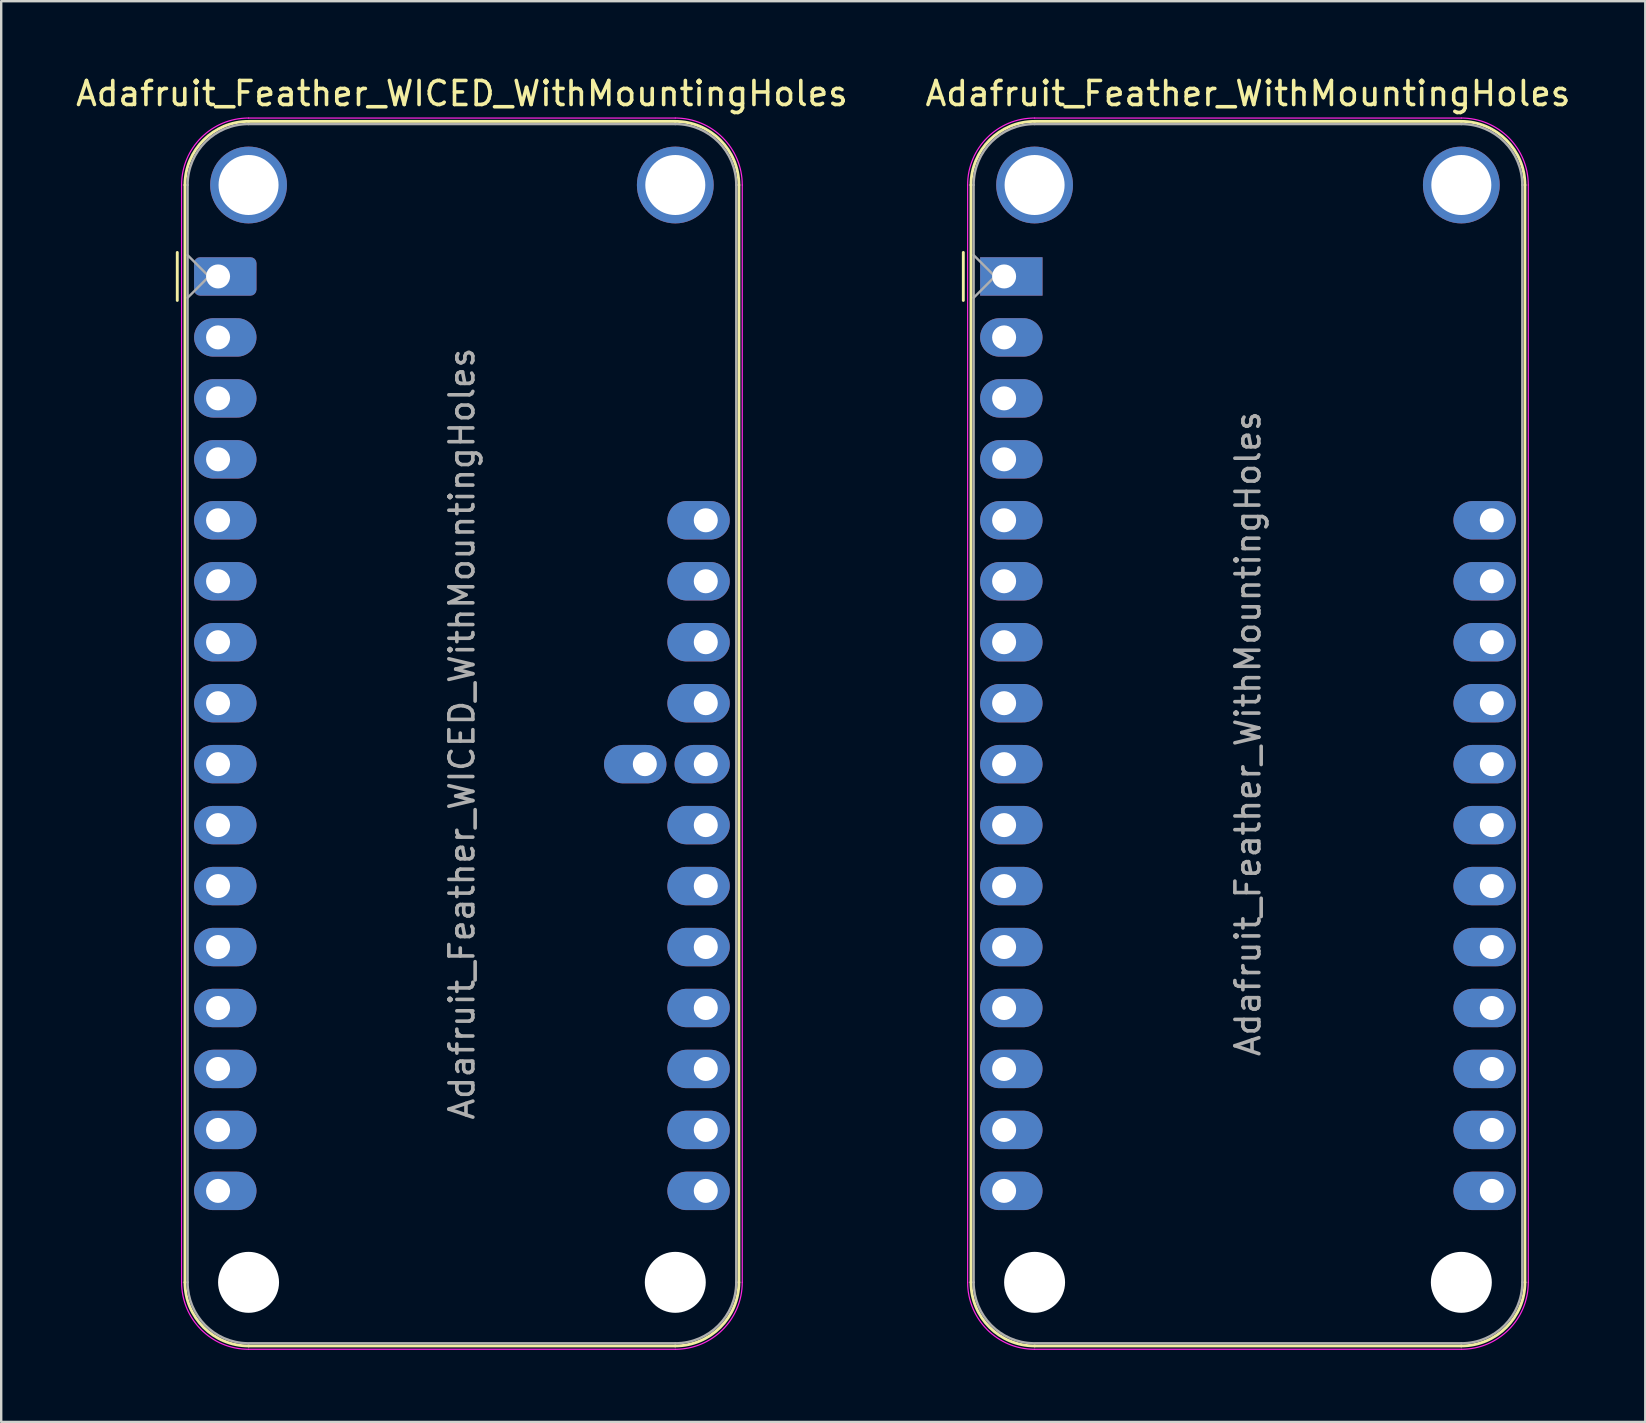
<source format=kicad_pcb>
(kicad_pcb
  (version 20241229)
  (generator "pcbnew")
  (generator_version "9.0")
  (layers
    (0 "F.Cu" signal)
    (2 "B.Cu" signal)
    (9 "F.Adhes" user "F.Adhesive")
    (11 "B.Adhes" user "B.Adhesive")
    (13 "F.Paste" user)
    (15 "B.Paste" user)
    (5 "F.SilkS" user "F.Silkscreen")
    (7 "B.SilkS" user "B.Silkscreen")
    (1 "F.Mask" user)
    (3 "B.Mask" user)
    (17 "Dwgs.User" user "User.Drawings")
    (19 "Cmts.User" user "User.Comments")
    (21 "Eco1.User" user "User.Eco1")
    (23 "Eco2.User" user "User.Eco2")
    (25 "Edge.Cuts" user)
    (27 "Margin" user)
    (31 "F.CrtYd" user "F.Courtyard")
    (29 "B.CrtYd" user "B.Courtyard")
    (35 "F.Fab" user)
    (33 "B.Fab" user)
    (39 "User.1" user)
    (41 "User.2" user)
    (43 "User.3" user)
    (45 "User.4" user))
  (footprint "Adafruit_Feather_WICED_WithMountingHoles"
    (layer "F.Cu")
    (at 6.036 8.468)
    (property "Reference" "Adafruit_Feather_WICED_WithMountingHoles" (at 10.16 -7.62 0) (layer "F.SilkS") (effects (font (size 1 1) (thickness 0.15))))
    (attr through_hole)
    (fp_line (start -1.7 1) (end -1.7 -1) (stroke (width 0.12) (type solid)) (layer "F.SilkS"))
    (fp_line (start -1.38 -3.81) (end -1.38 41.91) (stroke (width 0.12) (type solid)) (layer "F.SilkS"))
    (fp_line (start 19.05 -6.46) (end 1.27 -6.46) (stroke (width 0.12) (type solid)) (layer "F.SilkS"))
    (fp_line (start 19.05 44.56) (end 1.27 44.56) (stroke (width 0.12) (type solid)) (layer "F.SilkS"))
    (fp_line (start 21.7 -3.81) (end 21.7 41.91) (stroke (width 0.12) (type solid)) (layer "F.SilkS"))
    (fp_arc (start -1.38 -3.81) (mid -0.603833 -5.683833) (end 1.27 -6.46) (stroke (width 0.12) (type solid)) (layer "F.SilkS"))
    (fp_arc (start 1.27 44.56) (mid -0.603833 43.783833) (end -1.38 41.91) (stroke (width 0.12) (type solid)) (layer "F.SilkS"))
    (fp_arc (start 19.05 -6.46) (mid 20.923833 -5.683833) (end 21.7 -3.81) (stroke (width 0.12) (type solid)) (layer "F.SilkS"))
    (fp_arc (start 21.7 41.91) (mid 20.923833 43.783833) (end 19.05 44.56) (stroke (width 0.12) (type solid)) (layer "F.SilkS"))
    (fp_line (start -1.52 41.91) (end -1.52 -3.81) (stroke (width 0.05) (type solid)) (layer "F.CrtYd"))
    (fp_line (start 19.05 -6.6) (end 1.27 -6.6) (stroke (width 0.05) (type solid)) (layer "F.CrtYd"))
    (fp_line (start 19.05 44.7) (end 1.27 44.7) (stroke (width 0.05) (type solid)) (layer "F.CrtYd"))
    (fp_line (start 21.84 41.91) (end 21.84 -3.81) (stroke (width 0.05) (type solid)) (layer "F.CrtYd"))
    (fp_arc (start -1.52 -3.81) (mid -0.702828 -5.782828) (end 1.27 -6.6) (stroke (width 0.05) (type solid)) (layer "F.CrtYd"))
    (fp_arc (start 1.27 44.7) (mid -0.702828 43.882828) (end -1.52 41.91) (stroke (width 0.05) (type solid)) (layer "F.CrtYd"))
    (fp_arc (start 19.05 -6.6) (mid 21.022828 -5.782828) (end 21.84 -3.81) (stroke (width 0.05) (type solid)) (layer "F.CrtYd"))
    (fp_arc (start 21.84 41.91) (mid 21.022828 43.882828) (end 19.05 44.7) (stroke (width 0.05) (type solid)) (layer "F.CrtYd"))
    (fp_line (start -1.27 -3.81) (end -1.27 41.91) (stroke (width 0.1) (type solid)) (layer "F.Fab"))
    (fp_line (start -1.27 -0.889) (end -0.381 0) (stroke (width 0.1) (type solid)) (layer "F.Fab"))
    (fp_line (start -0.381 0) (end -1.27 0.889) (stroke (width 0.1) (type solid)) (layer "F.Fab"))
    (fp_line (start 1.27 44.45) (end 19.05 44.45) (stroke (width 0.1) (type solid)) (layer "F.Fab"))
    (fp_line (start 19.05 -6.35) (end 1.27 -6.35) (stroke (width 0.1) (type solid)) (layer "F.Fab"))
    (fp_line (start 21.59 41.91) (end 21.59 -3.81) (stroke (width 0.1) (type solid)) (layer "F.Fab"))
    (fp_arc (start -1.27 -3.81) (mid -0.526051 -5.606051) (end 1.27 -6.35) (stroke (width 0.1) (type solid)) (layer "F.Fab"))
    (fp_arc (start 1.221238 44.449532) (mid -0.543209 43.688728) (end -1.27 41.91) (stroke (width 0.1) (type solid)) (layer "F.Fab"))
    (fp_arc (start 19.05 -6.35) (mid 20.846051 -5.606051) (end 21.59 -3.81) (stroke (width 0.1) (type solid)) (layer "F.Fab"))
    (fp_arc (start 21.59 41.91) (mid 20.846051 43.706051) (end 19.05 44.45) (stroke (width 0.1) (type solid)) (layer "F.Fab"))
    (fp_text user "${REFERENCE}" (at 10.16 19.05 270) (layer "F.Fab") (effects (font (size 1 1) (thickness 0.15))))
    (pad "" np_thru_hole circle (at 1.27 -3.81 270) (size 3.2 3.2) (drill 2.5) (layers "*.Cu" "*.Mask"))
    (pad "" np_thru_hole circle (at 1.27 41.91 270) (size 2.54 2.54) (drill 2.54) (layers "*.Cu" "*.Mask"))
    (pad "" np_thru_hole circle (at 19.05 -3.81 270) (size 3.2 3.2) (drill 2.5) (layers "*.Cu" "*.Mask"))
    (pad "" np_thru_hole circle (at 19.05 41.91 270) (size 2.54 2.54) (drill 2.54) (layers "*.Cu" "*.Mask"))
    (pad "1" thru_hole roundrect (at 0 0) (size 2.6 1.6) (drill 1 (offset 0.3 0)) (layers "*.Cu" "*.Mask") (roundrect_rratio 0.156))
    (pad "2" thru_hole oval (at 0 2.54) (size 2.6 1.6) (drill 1 (offset 0.3 0)) (layers "*.Cu" "*.Mask"))
    (pad "3" thru_hole oval (at 0 5.08) (size 2.6 1.6) (drill 1 (offset 0.3 0)) (layers "*.Cu" "*.Mask"))
    (pad "4" thru_hole oval (at 0 7.62) (size 2.6 1.6) (drill 1 (offset 0.3 0)) (layers "*.Cu" "*.Mask"))
    (pad "5" thru_hole oval (at 0 10.16) (size 2.6 1.6) (drill 1 (offset 0.3 0)) (layers "*.Cu" "*.Mask"))
    (pad "6" thru_hole oval (at 0 12.7) (size 2.6 1.6) (drill 1 (offset 0.3 0)) (layers "*.Cu" "*.Mask"))
    (pad "7" thru_hole oval (at 0 15.24) (size 2.6 1.6) (drill 1 (offset 0.3 0)) (layers "*.Cu" "*.Mask"))
    (pad "8" thru_hole oval (at 0 17.78) (size 2.6 1.6) (drill 1 (offset 0.3 0)) (layers "*.Cu" "*.Mask"))
    (pad "9" thru_hole oval (at 0 20.32) (size 2.6 1.6) (drill 1 (offset 0.3 0)) (layers "*.Cu" "*.Mask"))
    (pad "10" thru_hole oval (at 0 22.86) (size 2.6 1.6) (drill 1 (offset 0.3 0)) (layers "*.Cu" "*.Mask"))
    (pad "11" thru_hole oval (at 0 25.4) (size 2.6 1.6) (drill 1 (offset 0.3 0)) (layers "*.Cu" "*.Mask"))
    (pad "12" thru_hole oval (at 0 27.94) (size 2.6 1.6) (drill 1 (offset 0.3 0)) (layers "*.Cu" "*.Mask"))
    (pad "13" thru_hole oval (at 0 30.48) (size 2.6 1.6) (drill 1 (offset 0.3 0)) (layers "*.Cu" "*.Mask"))
    (pad "14" thru_hole oval (at 0 33.02) (size 2.6 1.6) (drill 1 (offset 0.3 0)) (layers "*.Cu" "*.Mask"))
    (pad "15" thru_hole oval (at 0 35.56) (size 2.6 1.6) (drill 1 (offset 0.3 0)) (layers "*.Cu" "*.Mask"))
    (pad "16" thru_hole oval (at 0 38.1) (size 2.6 1.6) (drill 1 (offset 0.3 0)) (layers "*.Cu" "*.Mask"))
    (pad "17" thru_hole oval (at 20.32 38.1 180) (size 2.6 1.6) (drill 1 (offset 0.3 0)) (layers "*.Cu" "*.Mask"))
    (pad "18" thru_hole oval (at 20.32 35.56 180) (size 2.6 1.6) (drill 1 (offset 0.3 0)) (layers "*.Cu" "*.Mask"))
    (pad "19" thru_hole oval (at 20.32 33.02 180) (size 2.6 1.6) (drill 1 (offset 0.3 0)) (layers "*.Cu" "*.Mask"))
    (pad "20" thru_hole oval (at 20.32 30.48 180) (size 2.6 1.6) (drill 1 (offset 0.3 0)) (layers "*.Cu" "*.Mask"))
    (pad "21" thru_hole oval (at 20.32 27.94 180) (size 2.6 1.6) (drill 1 (offset 0.3 0)) (layers "*.Cu" "*.Mask"))
    (pad "22" thru_hole oval (at 20.32 25.4 180) (size 2.6 1.6) (drill 1 (offset 0.3 0)) (layers "*.Cu" "*.Mask"))
    (pad "23" thru_hole oval (at 20.32 22.86 180) (size 2.6 1.6) (drill 1 (offset 0.3 0)) (layers "*.Cu" "*.Mask"))
    (pad "24" thru_hole oval (at 20.32 20.32 180) (size 2.3 1.6) (drill 1 (offset 0.15 0)) (layers "*.Cu" "*.Mask"))
    (pad "25" thru_hole oval (at 20.32 17.78 180) (size 2.6 1.6) (drill 1 (offset 0.3 0)) (layers "*.Cu" "*.Mask"))
    (pad "26" thru_hole oval (at 20.32 15.24 180) (size 2.6 1.6) (drill 1 (offset 0.3 0)) (layers "*.Cu" "*.Mask"))
    (pad "27" thru_hole oval (at 20.32 12.7 180) (size 2.6 1.6) (drill 1 (offset 0.3 0)) (layers "*.Cu" "*.Mask"))
    (pad "28" thru_hole oval (at 20.32 10.16 180) (size 2.6 1.6) (drill 1 (offset 0.3 0)) (layers "*.Cu" "*.Mask"))
    (pad "29" thru_hole oval (at 17.78 20.32 180) (size 2.6 1.6) (drill 1 (offset 0.4 0)) (layers "*.Cu" "*.Mask")))
  (footprint "Adafruit_Feather_WithMountingHoles"
    (layer "F.Cu")
    (at 38.786 8.468)
    (property "Reference" "Adafruit_Feather_WithMountingHoles" (at 10.16 -7.62 0) (layer "F.SilkS") (effects (font (size 1 1) (thickness 0.15))))
    (attr through_hole)
    (fp_line (start -1.7 1) (end -1.7 -1) (stroke (width 0.12) (type solid)) (layer "F.SilkS"))
    (fp_line (start -1.38 -3.81) (end -1.38 41.91) (stroke (width 0.12) (type solid)) (layer "F.SilkS"))
    (fp_line (start 19.05 -6.46) (end 1.27 -6.46) (stroke (width 0.12) (type solid)) (layer "F.SilkS"))
    (fp_line (start 19.05 44.56) (end 1.27 44.56) (stroke (width 0.12) (type solid)) (layer "F.SilkS"))
    (fp_line (start 21.7 -3.81) (end 21.7 41.91) (stroke (width 0.12) (type solid)) (layer "F.SilkS"))
    (fp_arc (start -1.38 -3.81) (mid -0.603833 -5.683833) (end 1.27 -6.46) (stroke (width 0.12) (type solid)) (layer "F.SilkS"))
    (fp_arc (start 1.27 44.56) (mid -0.603833 43.783833) (end -1.38 41.91) (stroke (width 0.12) (type solid)) (layer "F.SilkS"))
    (fp_arc (start 19.05 -6.46) (mid 20.923833 -5.683833) (end 21.7 -3.81) (stroke (width 0.12) (type solid)) (layer "F.SilkS"))
    (fp_arc (start 21.7 41.91) (mid 20.923833 43.783833) (end 19.05 44.56) (stroke (width 0.12) (type solid)) (layer "F.SilkS"))
    (fp_line (start -1.52 41.91) (end -1.52 -3.81) (stroke (width 0.05) (type solid)) (layer "F.CrtYd"))
    (fp_line (start 19.05 -6.6) (end 1.27 -6.6) (stroke (width 0.05) (type solid)) (layer "F.CrtYd"))
    (fp_line (start 19.05 44.7) (end 1.27 44.7) (stroke (width 0.05) (type solid)) (layer "F.CrtYd"))
    (fp_line (start 21.84 41.91) (end 21.84 -3.81) (stroke (width 0.05) (type solid)) (layer "F.CrtYd"))
    (fp_arc (start -1.52 -3.81) (mid -0.702828 -5.782828) (end 1.27 -6.6) (stroke (width 0.05) (type solid)) (layer "F.CrtYd"))
    (fp_arc (start 1.27 44.7) (mid -0.702828 43.882828) (end -1.52 41.91) (stroke (width 0.05) (type solid)) (layer "F.CrtYd"))
    (fp_arc (start 19.05 -6.6) (mid 21.022828 -5.782828) (end 21.84 -3.81) (stroke (width 0.05) (type solid)) (layer "F.CrtYd"))
    (fp_arc (start 21.84 41.91) (mid 21.022828 43.882828) (end 19.05 44.7) (stroke (width 0.05) (type solid)) (layer "F.CrtYd"))
    (fp_line (start -1.27 -3.81) (end -1.27 41.91) (stroke (width 0.1) (type solid)) (layer "F.Fab"))
    (fp_line (start -1.27 -0.889) (end -0.381 0) (stroke (width 0.1) (type solid)) (layer "F.Fab"))
    (fp_line (start -0.381 0) (end -1.27 0.889) (stroke (width 0.1) (type solid)) (layer "F.Fab"))
    (fp_line (start 1.27 44.45) (end 19.05 44.45) (stroke (width 0.1) (type solid)) (layer "F.Fab"))
    (fp_line (start 19.05 -6.35) (end 1.27 -6.35) (stroke (width 0.1) (type solid)) (layer "F.Fab"))
    (fp_line (start 21.59 41.91) (end 21.59 -3.81) (stroke (width 0.1) (type solid)) (layer "F.Fab"))
    (fp_arc (start -1.27 -3.81) (mid -0.526051 -5.606051) (end 1.27 -6.35) (stroke (width 0.1) (type solid)) (layer "F.Fab"))
    (fp_arc (start 1.221238 44.449532) (mid -0.543209 43.688728) (end -1.27 41.91) (stroke (width 0.1) (type solid)) (layer "F.Fab"))
    (fp_arc (start 19.05 -6.35) (mid 20.846051 -5.606051) (end 21.59 -3.81) (stroke (width 0.1) (type solid)) (layer "F.Fab"))
    (fp_arc (start 21.59 41.91) (mid 20.846051 43.706051) (end 19.05 44.45) (stroke (width 0.1) (type solid)) (layer "F.Fab"))
    (fp_text user "${REFERENCE}" (at 10.16 19.05 270) (layer "F.Fab") (effects (font (size 1 1) (thickness 0.15))))
    (pad "" np_thru_hole circle (at 1.27 -3.81 270) (size 3.2 3.2) (drill 2.5) (layers "*.Cu" "*.Mask"))
    (pad "" np_thru_hole circle (at 1.27 41.91 270) (size 2.54 2.54) (drill 2.54) (layers "*.Cu" "*.Mask"))
    (pad "" np_thru_hole circle (at 19.05 -3.81 270) (size 3.2 3.2) (drill 2.5) (layers "*.Cu" "*.Mask"))
    (pad "" np_thru_hole circle (at 19.05 41.91 270) (size 2.54 2.54) (drill 2.54) (layers "*.Cu" "*.Mask"))
    (pad "1" thru_hole rect (at 0 0) (size 2.6 1.6) (drill 1 (offset 0.3 0)) (layers "*.Cu" "*.Mask"))
    (pad "2" thru_hole oval (at 0 2.54) (size 2.6 1.6) (drill 1 (offset 0.3 0)) (layers "*.Cu" "*.Mask"))
    (pad "3" thru_hole oval (at 0 5.08) (size 2.6 1.6) (drill 1 (offset 0.3 0)) (layers "*.Cu" "*.Mask"))
    (pad "4" thru_hole oval (at 0 7.62) (size 2.6 1.6) (drill 1 (offset 0.3 0)) (layers "*.Cu" "*.Mask"))
    (pad "5" thru_hole oval (at 0 10.16) (size 2.6 1.6) (drill 1 (offset 0.3 0)) (layers "*.Cu" "*.Mask"))
    (pad "6" thru_hole oval (at 0 12.7) (size 2.6 1.6) (drill 1 (offset 0.3 0)) (layers "*.Cu" "*.Mask"))
    (pad "7" thru_hole oval (at 0 15.24) (size 2.6 1.6) (drill 1 (offset 0.3 0)) (layers "*.Cu" "*.Mask"))
    (pad "8" thru_hole oval (at 0 17.78) (size 2.6 1.6) (drill 1 (offset 0.3 0)) (layers "*.Cu" "*.Mask"))
    (pad "9" thru_hole oval (at 0 20.32) (size 2.6 1.6) (drill 1 (offset 0.3 0)) (layers "*.Cu" "*.Mask"))
    (pad "10" thru_hole oval (at 0 22.86) (size 2.6 1.6) (drill 1 (offset 0.3 0)) (layers "*.Cu" "*.Mask"))
    (pad "11" thru_hole oval (at 0 25.4) (size 2.6 1.6) (drill 1 (offset 0.3 0)) (layers "*.Cu" "*.Mask"))
    (pad "12" thru_hole oval (at 0 27.94) (size 2.6 1.6) (drill 1 (offset 0.3 0)) (layers "*.Cu" "*.Mask"))
    (pad "13" thru_hole oval (at 0 30.48) (size 2.6 1.6) (drill 1 (offset 0.3 0)) (layers "*.Cu" "*.Mask"))
    (pad "14" thru_hole oval (at 0 33.02) (size 2.6 1.6) (drill 1 (offset 0.3 0)) (layers "*.Cu" "*.Mask"))
    (pad "15" thru_hole oval (at 0 35.56) (size 2.6 1.6) (drill 1 (offset 0.3 0)) (layers "*.Cu" "*.Mask"))
    (pad "16" thru_hole oval (at 0 38.1) (size 2.6 1.6) (drill 1 (offset 0.3 0)) (layers "*.Cu" "*.Mask"))
    (pad "17" thru_hole oval (at 20.32 38.1 180) (size 2.6 1.6) (drill 1 (offset 0.3 0)) (layers "*.Cu" "*.Mask"))
    (pad "18" thru_hole oval (at 20.32 35.56 180) (size 2.6 1.6) (drill 1 (offset 0.3 0)) (layers "*.Cu" "*.Mask"))
    (pad "19" thru_hole oval (at 20.32 33.02 180) (size 2.6 1.6) (drill 1 (offset 0.3 0)) (layers "*.Cu" "*.Mask"))
    (pad "20" thru_hole oval (at 20.32 30.48 180) (size 2.6 1.6) (drill 1 (offset 0.3 0)) (layers "*.Cu" "*.Mask"))
    (pad "21" thru_hole oval (at 20.32 27.94 180) (size 2.6 1.6) (drill 1 (offset 0.3 0)) (layers "*.Cu" "*.Mask"))
    (pad "22" thru_hole oval (at 20.32 25.4 180) (size 2.6 1.6) (drill 1 (offset 0.3 0)) (layers "*.Cu" "*.Mask"))
    (pad "23" thru_hole oval (at 20.32 22.86 180) (size 2.6 1.6) (drill 1 (offset 0.3 0)) (layers "*.Cu" "*.Mask"))
    (pad "24" thru_hole oval (at 20.32 20.32 180) (size 2.6 1.6) (drill 1 (offset 0.3 0)) (layers "*.Cu" "*.Mask"))
    (pad "25" thru_hole oval (at 20.32 17.78 180) (size 2.6 1.6) (drill 1 (offset 0.3 0)) (layers "*.Cu" "*.Mask"))
    (pad "26" thru_hole oval (at 20.32 15.24 180) (size 2.6 1.6) (drill 1 (offset 0.3 0)) (layers "*.Cu" "*.Mask"))
    (pad "27" thru_hole oval (at 20.32 12.7 180) (size 2.6 1.6) (drill 1 (offset 0.3 0)) (layers "*.Cu" "*.Mask"))
    (pad "28" thru_hole oval (at 20.32 10.16 180) (size 2.6 1.6) (drill 1 (offset 0.3 0)) (layers "*.Cu" "*.Mask")))
  (gr_rect
    (start -3 -3)
    (end 65.5 56.193)
    (stroke (width 0.1) (type default))
    (fill no)
    (layer "Edge.Cuts")))
</source>
